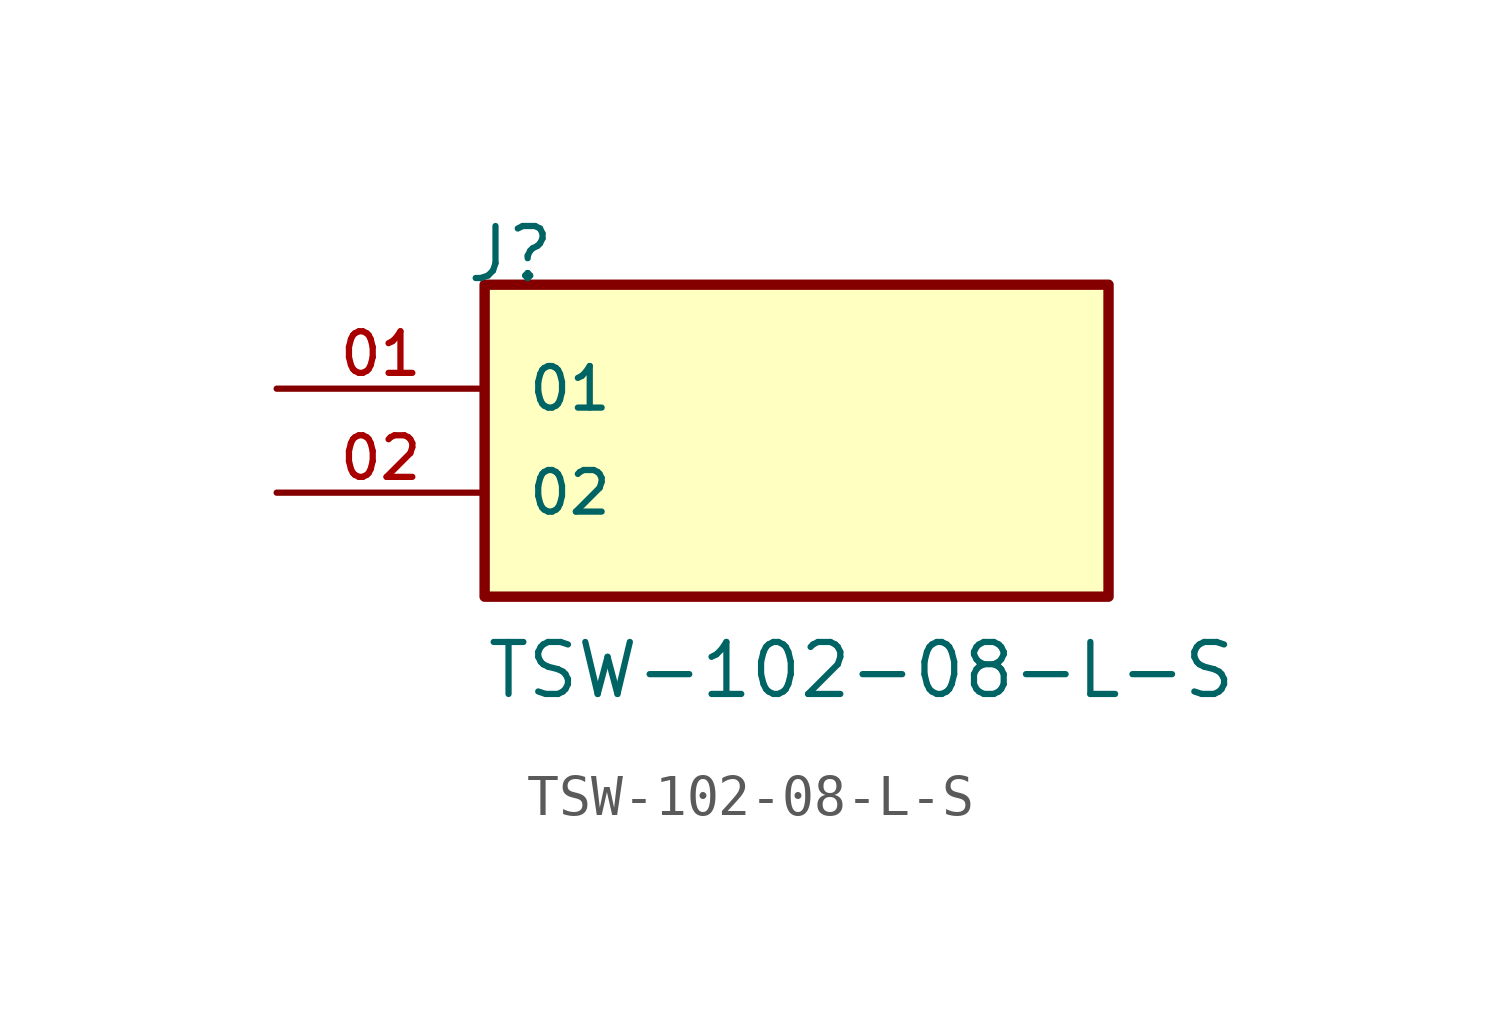
<source format=kicad_sym>
(kicad_symbol_lib
  (version 20211014)
  (generator kicad_symbol_editor)
  (symbol "TSW-102-08-L-S"
    (pin_names
      (offset 1.016))
    (property "Reference" "J"
      (at -8.12 5.08 0)
      (effects (font (size 1.27 1.27)) (justify bottom left)))
    (property "Value" "TSW-102-08-L-S"
      (at -7.62 -5.08 0)
      (effects (font (size 1.27 1.27)) (justify bottom left)))
    (symbol "TSW-102-08-L-S_0_0"
      (rectangle (start -7.62 -2.54) (end 7.62 5.08) (stroke (width 0.254)) (fill (type background)))
      (pin passive line (at -12.7 2.54 0) (length 5.08) (name "01" (effects (font (size 1.016 1.016)))) (number "01" (effects (font (size 1.016 1.016)))))
      (pin passive line (at -12.7 0.0 0) (length 5.08) (name "02" (effects (font (size 1.016 1.016)))) (number "02" (effects (font (size 1.016 1.016))))))))
</source>
